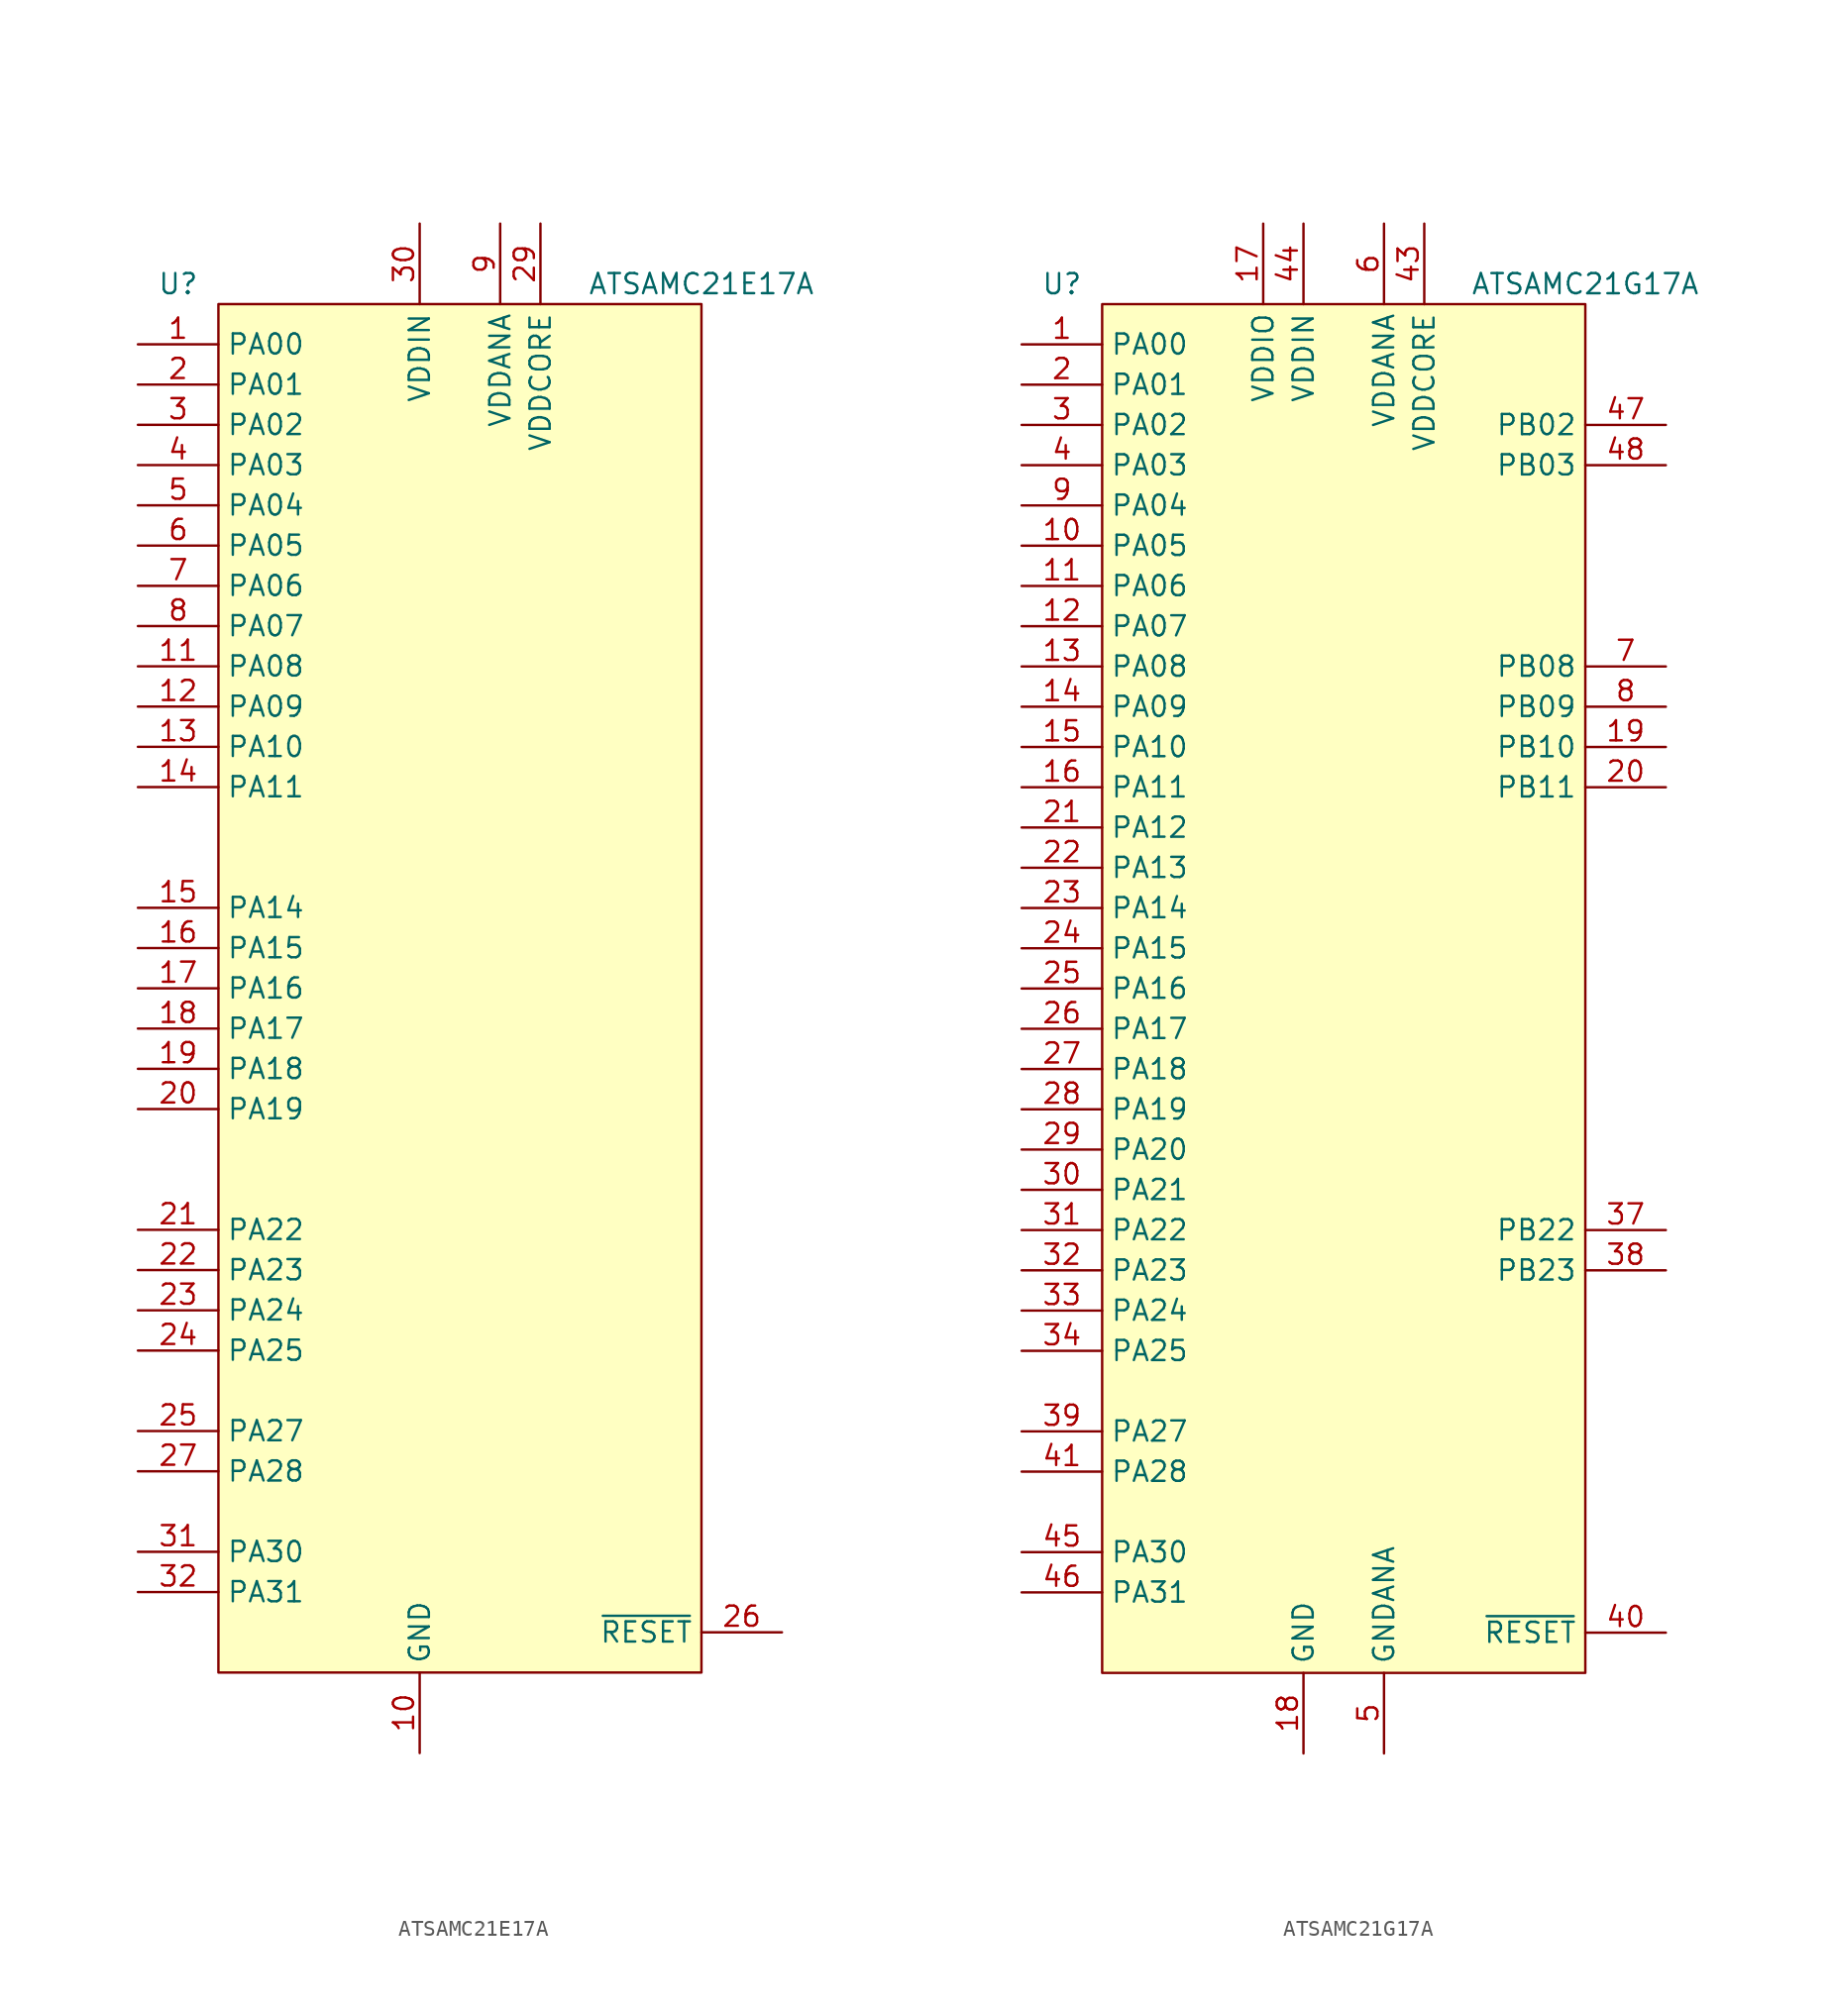
<source format=kicad_sym>
(kicad_symbol_lib
  (version 20211014)
  (generator kicad_symbol_editor)
  (symbol "ownLib:ATSAMC21E17A"
    (property "Reference" "U"
      (at -17.78 44.45 0)
      (effects (font (size 1.27 1.27))))
    (property "Value" "ATSAMC21E17A"
      (at 15.24 44.45 0)
      (effects (font (size 1.27 1.27))))
    (symbol "ATSAMC21E17A_0_1"
      (rectangle (start -15.24 43.18) (end 15.24 -43.18) (stroke (width 0) (type default) (color 0 0 0 0)) (fill (type background))))
    (symbol "ATSAMC21E17A_1_1"
      (pin bidirectional line (at -20.32 40.64 0) (length 5.08) (name "PA00" (effects (font (size 1.27 1.27)))) (number "1" (effects (font (size 1.27 1.27)))))
      (pin power_in line (at -2.54 -48.26 90) (length 5.08) (name "GND" (effects (font (size 1.27 1.27)))) (number "10" (effects (font (size 1.27 1.27)))))
      (pin bidirectional line (at -20.32 20.32 0) (length 5.08) (name "PA08" (effects (font (size 1.27 1.27)))) (number "11" (effects (font (size 1.27 1.27)))))
      (pin bidirectional line (at -20.32 17.78 0) (length 5.08) (name "PA09" (effects (font (size 1.27 1.27)))) (number "12" (effects (font (size 1.27 1.27)))))
      (pin bidirectional line (at -20.32 15.24 0) (length 5.08) (name "PA10" (effects (font (size 1.27 1.27)))) (number "13" (effects (font (size 1.27 1.27)))))
      (pin bidirectional line (at -20.32 12.7 0) (length 5.08) (name "PA11" (effects (font (size 1.27 1.27)))) (number "14" (effects (font (size 1.27 1.27)))))
      (pin bidirectional line (at -20.32 5.08 0) (length 5.08) (name "PA14" (effects (font (size 1.27 1.27)))) (number "15" (effects (font (size 1.27 1.27)))))
      (pin bidirectional line (at -20.32 2.54 0) (length 5.08) (name "PA15" (effects (font (size 1.27 1.27)))) (number "16" (effects (font (size 1.27 1.27)))))
      (pin bidirectional line (at -20.32 0 0) (length 5.08) (name "PA16" (effects (font (size 1.27 1.27)))) (number "17" (effects (font (size 1.27 1.27)))))
      (pin bidirectional line (at -20.32 -2.54 0) (length 5.08) (name "PA17" (effects (font (size 1.27 1.27)))) (number "18" (effects (font (size 1.27 1.27)))))
      (pin bidirectional line (at -20.32 -5.08 0) (length 5.08) (name "PA18" (effects (font (size 1.27 1.27)))) (number "19" (effects (font (size 1.27 1.27)))))
      (pin bidirectional line (at -20.32 38.1 0) (length 5.08) (name "PA01" (effects (font (size 1.27 1.27)))) (number "2" (effects (font (size 1.27 1.27)))))
      (pin bidirectional line (at -20.32 -7.62 0) (length 5.08) (name "PA19" (effects (font (size 1.27 1.27)))) (number "20" (effects (font (size 1.27 1.27)))))
      (pin bidirectional line (at -20.32 -15.24 0) (length 5.08) (name "PA22" (effects (font (size 1.27 1.27)))) (number "21" (effects (font (size 1.27 1.27)))))
      (pin bidirectional line (at -20.32 -17.78 0) (length 5.08) (name "PA23" (effects (font (size 1.27 1.27)))) (number "22" (effects (font (size 1.27 1.27)))))
      (pin bidirectional line (at -20.32 -20.32 0) (length 5.08) (name "PA24" (effects (font (size 1.27 1.27)))) (number "23" (effects (font (size 1.27 1.27)))))
      (pin bidirectional line (at -20.32 -22.86 0) (length 5.08) (name "PA25" (effects (font (size 1.27 1.27)))) (number "24" (effects (font (size 1.27 1.27)))))
      (pin bidirectional line (at -20.32 -27.94 0) (length 5.08) (name "PA27" (effects (font (size 1.27 1.27)))) (number "25" (effects (font (size 1.27 1.27)))))
      (pin input line (at 20.32 -40.64 180) (length 5.08) (name "~{RESET}" (effects (font (size 1.27 1.27)))) (number "26" (effects (font (size 1.27 1.27)))))
      (pin bidirectional line (at -20.32 -30.48 0) (length 5.08) (name "PA28" (effects (font (size 1.27 1.27)))) (number "27" (effects (font (size 1.27 1.27)))))
      (pin passive line (at -2.54 -48.26 90) (length 5.08) hide (name "GND" (effects (font (size 1.27 1.27)))) (number "28" (effects (font (size 1.27 1.27)))))
      (pin power_out line (at 5.08 48.26 270) (length 5.08) (name "VDDCORE" (effects (font (size 1.27 1.27)))) (number "29" (effects (font (size 1.27 1.27)))))
      (pin bidirectional line (at -20.32 35.56 0) (length 5.08) (name "PA02" (effects (font (size 1.27 1.27)))) (number "3" (effects (font (size 1.27 1.27)))))
      (pin power_in line (at -2.54 48.26 270) (length 5.08) (name "VDDIN" (effects (font (size 1.27 1.27)))) (number "30" (effects (font (size 1.27 1.27)))))
      (pin bidirectional line (at -20.32 -35.56 0) (length 5.08) (name "PA30" (effects (font (size 1.27 1.27)))) (number "31" (effects (font (size 1.27 1.27)))))
      (pin bidirectional line (at -20.32 -38.1 0) (length 5.08) (name "PA31" (effects (font (size 1.27 1.27)))) (number "32" (effects (font (size 1.27 1.27)))))
      (pin bidirectional line (at -20.32 33.02 0) (length 5.08) (name "PA03" (effects (font (size 1.27 1.27)))) (number "4" (effects (font (size 1.27 1.27)))))
      (pin bidirectional line (at -20.32 30.48 0) (length 5.08) (name "PA04" (effects (font (size 1.27 1.27)))) (number "5" (effects (font (size 1.27 1.27)))))
      (pin bidirectional line (at -20.32 27.94 0) (length 5.08) (name "PA05" (effects (font (size 1.27 1.27)))) (number "6" (effects (font (size 1.27 1.27)))))
      (pin bidirectional line (at -20.32 25.4 0) (length 5.08) (name "PA06" (effects (font (size 1.27 1.27)))) (number "7" (effects (font (size 1.27 1.27)))))
      (pin bidirectional line (at -20.32 22.86 0) (length 5.08) (name "PA07" (effects (font (size 1.27 1.27)))) (number "8" (effects (font (size 1.27 1.27)))))
      (pin power_in line (at 2.54 48.26 270) (length 5.08) (name "VDDANA" (effects (font (size 1.27 1.27)))) (number "9" (effects (font (size 1.27 1.27)))))))
  (symbol "ownLib:ATSAMC21G17A"
    (property "Reference" "U"
      (at -17.78 44.45 0)
      (effects (font (size 1.27 1.27))))
    (property "Value" "ATSAMC21G17A"
      (at 15.24 44.45 0)
      (effects (font (size 1.27 1.27))))
    (symbol "ATSAMC21G17A_0_1"
      (rectangle (start -15.24 43.18) (end 15.24 -43.18) (stroke (width 0) (type default) (color 0 0 0 0)) (fill (type background))))
    (symbol "ATSAMC21G17A_1_1"
      (pin bidirectional line (at -20.32 40.64 0) (length 5.08) (name "PA00" (effects (font (size 1.27 1.27)))) (number "1" (effects (font (size 1.27 1.27)))))
      (pin bidirectional line (at -20.32 27.94 0) (length 5.08) (name "PA05" (effects (font (size 1.27 1.27)))) (number "10" (effects (font (size 1.27 1.27)))))
      (pin bidirectional line (at -20.32 25.4 0) (length 5.08) (name "PA06" (effects (font (size 1.27 1.27)))) (number "11" (effects (font (size 1.27 1.27)))))
      (pin bidirectional line (at -20.32 22.86 0) (length 5.08) (name "PA07" (effects (font (size 1.27 1.27)))) (number "12" (effects (font (size 1.27 1.27)))))
      (pin bidirectional line (at -20.32 20.32 0) (length 5.08) (name "PA08" (effects (font (size 1.27 1.27)))) (number "13" (effects (font (size 1.27 1.27)))))
      (pin bidirectional line (at -20.32 17.78 0) (length 5.08) (name "PA09" (effects (font (size 1.27 1.27)))) (number "14" (effects (font (size 1.27 1.27)))))
      (pin bidirectional line (at -20.32 15.24 0) (length 5.08) (name "PA10" (effects (font (size 1.27 1.27)))) (number "15" (effects (font (size 1.27 1.27)))))
      (pin bidirectional line (at -20.32 12.7 0) (length 5.08) (name "PA11" (effects (font (size 1.27 1.27)))) (number "16" (effects (font (size 1.27 1.27)))))
      (pin power_in line (at -5.08 48.26 270) (length 5.08) (name "VDDIO" (effects (font (size 1.27 1.27)))) (number "17" (effects (font (size 1.27 1.27)))))
      (pin power_in line (at -2.54 -48.26 90) (length 5.08) (name "GND" (effects (font (size 1.27 1.27)))) (number "18" (effects (font (size 1.27 1.27)))))
      (pin bidirectional line (at 20.32 15.24 180) (length 5.08) (name "PB10" (effects (font (size 1.27 1.27)))) (number "19" (effects (font (size 1.27 1.27)))))
      (pin bidirectional line (at -20.32 38.1 0) (length 5.08) (name "PA01" (effects (font (size 1.27 1.27)))) (number "2" (effects (font (size 1.27 1.27)))))
      (pin bidirectional line (at 20.32 12.7 180) (length 5.08) (name "PB11" (effects (font (size 1.27 1.27)))) (number "20" (effects (font (size 1.27 1.27)))))
      (pin bidirectional line (at -20.32 10.16 0) (length 5.08) (name "PA12" (effects (font (size 1.27 1.27)))) (number "21" (effects (font (size 1.27 1.27)))))
      (pin bidirectional line (at -20.32 7.62 0) (length 5.08) (name "PA13" (effects (font (size 1.27 1.27)))) (number "22" (effects (font (size 1.27 1.27)))))
      (pin bidirectional line (at -20.32 5.08 0) (length 5.08) (name "PA14" (effects (font (size 1.27 1.27)))) (number "23" (effects (font (size 1.27 1.27)))))
      (pin bidirectional line (at -20.32 2.54 0) (length 5.08) (name "PA15" (effects (font (size 1.27 1.27)))) (number "24" (effects (font (size 1.27 1.27)))))
      (pin bidirectional line (at -20.32 0 0) (length 5.08) (name "PA16" (effects (font (size 1.27 1.27)))) (number "25" (effects (font (size 1.27 1.27)))))
      (pin bidirectional line (at -20.32 -2.54 0) (length 5.08) (name "PA17" (effects (font (size 1.27 1.27)))) (number "26" (effects (font (size 1.27 1.27)))))
      (pin bidirectional line (at -20.32 -5.08 0) (length 5.08) (name "PA18" (effects (font (size 1.27 1.27)))) (number "27" (effects (font (size 1.27 1.27)))))
      (pin bidirectional line (at -20.32 -7.62 0) (length 5.08) (name "PA19" (effects (font (size 1.27 1.27)))) (number "28" (effects (font (size 1.27 1.27)))))
      (pin bidirectional line (at -20.32 -10.16 0) (length 5.08) (name "PA20" (effects (font (size 1.27 1.27)))) (number "29" (effects (font (size 1.27 1.27)))))
      (pin bidirectional line (at -20.32 35.56 0) (length 5.08) (name "PA02" (effects (font (size 1.27 1.27)))) (number "3" (effects (font (size 1.27 1.27)))))
      (pin bidirectional line (at -20.32 -12.7 0) (length 5.08) (name "PA21" (effects (font (size 1.27 1.27)))) (number "30" (effects (font (size 1.27 1.27)))))
      (pin bidirectional line (at -20.32 -15.24 0) (length 5.08) (name "PA22" (effects (font (size 1.27 1.27)))) (number "31" (effects (font (size 1.27 1.27)))))
      (pin bidirectional line (at -20.32 -17.78 0) (length 5.08) (name "PA23" (effects (font (size 1.27 1.27)))) (number "32" (effects (font (size 1.27 1.27)))))
      (pin bidirectional line (at -20.32 -20.32 0) (length 5.08) (name "PA24" (effects (font (size 1.27 1.27)))) (number "33" (effects (font (size 1.27 1.27)))))
      (pin bidirectional line (at -20.32 -22.86 0) (length 5.08) (name "PA25" (effects (font (size 1.27 1.27)))) (number "34" (effects (font (size 1.27 1.27)))))
      (pin passive line (at -2.54 -48.26 90) (length 5.08) hide (name "GND" (effects (font (size 1.27 1.27)))) (number "35" (effects (font (size 1.27 1.27)))))
      (pin passive line (at -5.08 48.26 270) (length 5.08) hide (name "VDDIO" (effects (font (size 1.27 1.27)))) (number "36" (effects (font (size 1.27 1.27)))))
      (pin bidirectional line (at 20.32 -15.24 180) (length 5.08) (name "PB22" (effects (font (size 1.27 1.27)))) (number "37" (effects (font (size 1.27 1.27)))))
      (pin bidirectional line (at 20.32 -17.78 180) (length 5.08) (name "PB23" (effects (font (size 1.27 1.27)))) (number "38" (effects (font (size 1.27 1.27)))))
      (pin bidirectional line (at -20.32 -27.94 0) (length 5.08) (name "PA27" (effects (font (size 1.27 1.27)))) (number "39" (effects (font (size 1.27 1.27)))))
      (pin bidirectional line (at -20.32 33.02 0) (length 5.08) (name "PA03" (effects (font (size 1.27 1.27)))) (number "4" (effects (font (size 1.27 1.27)))))
      (pin input line (at 20.32 -40.64 180) (length 5.08) (name "~{RESET}" (effects (font (size 1.27 1.27)))) (number "40" (effects (font (size 1.27 1.27)))))
      (pin bidirectional line (at -20.32 -30.48 0) (length 5.08) (name "PA28" (effects (font (size 1.27 1.27)))) (number "41" (effects (font (size 1.27 1.27)))))
      (pin passive line (at -2.54 -48.26 90) (length 5.08) hide (name "GND" (effects (font (size 1.27 1.27)))) (number "42" (effects (font (size 1.27 1.27)))))
      (pin power_out line (at 5.08 48.26 270) (length 5.08) (name "VDDCORE" (effects (font (size 1.27 1.27)))) (number "43" (effects (font (size 1.27 1.27)))))
      (pin power_in line (at -2.54 48.26 270) (length 5.08) (name "VDDIN" (effects (font (size 1.27 1.27)))) (number "44" (effects (font (size 1.27 1.27)))))
      (pin bidirectional line (at -20.32 -35.56 0) (length 5.08) (name "PA30" (effects (font (size 1.27 1.27)))) (number "45" (effects (font (size 1.27 1.27)))))
      (pin bidirectional line (at -20.32 -38.1 0) (length 5.08) (name "PA31" (effects (font (size 1.27 1.27)))) (number "46" (effects (font (size 1.27 1.27)))))
      (pin bidirectional line (at 20.32 35.56 180) (length 5.08) (name "PB02" (effects (font (size 1.27 1.27)))) (number "47" (effects (font (size 1.27 1.27)))))
      (pin bidirectional line (at 20.32 33.02 180) (length 5.08) (name "PB03" (effects (font (size 1.27 1.27)))) (number "48" (effects (font (size 1.27 1.27)))))
      (pin power_in line (at 2.54 -48.26 90) (length 5.08) (name "GNDANA" (effects (font (size 1.27 1.27)))) (number "5" (effects (font (size 1.27 1.27)))))
      (pin power_in line (at 2.54 48.26 270) (length 5.08) (name "VDDANA" (effects (font (size 1.27 1.27)))) (number "6" (effects (font (size 1.27 1.27)))))
      (pin bidirectional line (at 20.32 20.32 180) (length 5.08) (name "PB08" (effects (font (size 1.27 1.27)))) (number "7" (effects (font (size 1.27 1.27)))))
      (pin bidirectional line (at 20.32 17.78 180) (length 5.08) (name "PB09" (effects (font (size 1.27 1.27)))) (number "8" (effects (font (size 1.27 1.27)))))
      (pin bidirectional line (at -20.32 30.48 0) (length 5.08) (name "PA04" (effects (font (size 1.27 1.27)))) (number "9" (effects (font (size 1.27 1.27))))))))
</source>
